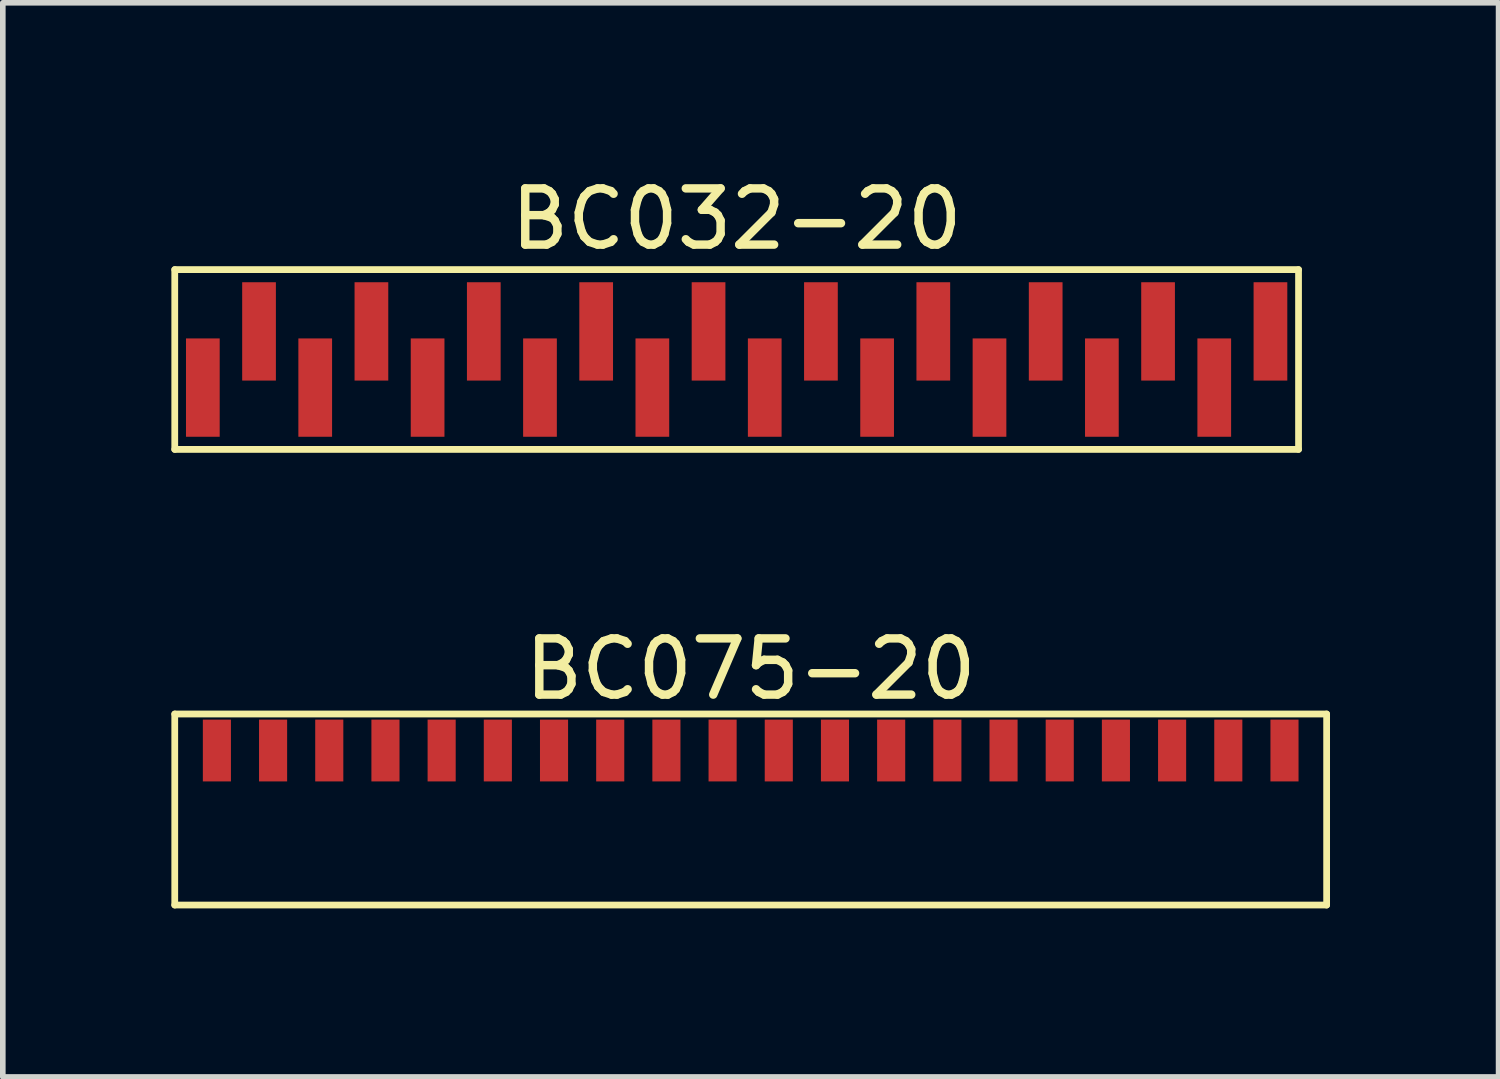
<source format=kicad_pcb>
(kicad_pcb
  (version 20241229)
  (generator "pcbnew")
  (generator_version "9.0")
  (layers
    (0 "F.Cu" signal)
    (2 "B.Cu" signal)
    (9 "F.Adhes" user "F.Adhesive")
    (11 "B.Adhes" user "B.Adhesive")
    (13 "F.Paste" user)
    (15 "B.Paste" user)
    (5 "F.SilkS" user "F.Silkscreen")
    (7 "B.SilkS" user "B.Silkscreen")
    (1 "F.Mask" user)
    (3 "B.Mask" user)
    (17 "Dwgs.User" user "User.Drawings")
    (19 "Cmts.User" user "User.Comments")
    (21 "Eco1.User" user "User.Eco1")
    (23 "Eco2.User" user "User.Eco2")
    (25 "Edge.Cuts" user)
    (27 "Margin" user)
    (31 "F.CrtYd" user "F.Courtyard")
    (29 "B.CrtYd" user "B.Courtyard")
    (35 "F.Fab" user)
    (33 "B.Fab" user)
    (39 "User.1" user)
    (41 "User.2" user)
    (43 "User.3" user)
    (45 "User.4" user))
  (footprint "BC032-20"
    (layer "F.Cu")
    (at 10.06 3.348)
    (property "Reference" "BC032-20" (at 0 -2.5 0) (layer "F.SilkS") (effects (font (size 1 1) (thickness 0.15))))
    (attr through_hole)
    (fp_line (start -10 -1.6) (end -10 1.6) (stroke (width 0.12) (type solid)) (layer "F.SilkS"))
    (fp_line (start -10 -1.6) (end 10 -1.6) (stroke (width 0.12) (type solid)) (layer "F.SilkS"))
    (fp_line (start -10 1.6) (end 10 1.6) (stroke (width 0.12) (type solid)) (layer "F.SilkS"))
    (fp_line (start 10 1.6) (end 10 -1.6) (stroke (width 0.12) (type solid)) (layer "F.SilkS"))
    (pad "1" smd rect (at 9.5 -0.5) (size 0.6 1.75) (layers "F.Cu" "F.Mask" "F.Paste"))
    (pad "2" smd rect (at 7.5 -0.5) (size 0.6 1.75) (layers "F.Cu" "F.Mask" "F.Paste"))
    (pad "3" smd rect (at 5.5 -0.5) (size 0.6 1.75) (layers "F.Cu" "F.Mask" "F.Paste"))
    (pad "4" smd rect (at 3.5 -0.5) (size 0.6 1.75) (layers "F.Cu" "F.Mask" "F.Paste"))
    (pad "5" smd rect (at 1.5 -0.5) (size 0.6 1.75) (layers "F.Cu" "F.Mask" "F.Paste"))
    (pad "6" smd rect (at -0.5 -0.5) (size 0.6 1.75) (layers "F.Cu" "F.Mask" "F.Paste"))
    (pad "7" smd rect (at -2.5 -0.5) (size 0.6 1.75) (layers "F.Cu" "F.Mask" "F.Paste"))
    (pad "8" smd rect (at -4.5 -0.5) (size 0.6 1.75) (layers "F.Cu" "F.Mask" "F.Paste"))
    (pad "9" smd rect (at -6.5 -0.5) (size 0.6 1.75) (layers "F.Cu" "F.Mask" "F.Paste"))
    (pad "10" smd rect (at -8.5 -0.5) (size 0.6 1.75) (layers "F.Cu" "F.Mask" "F.Paste"))
    (pad "11" smd rect (at 8.5 0.5) (size 0.6 1.75) (layers "F.Cu" "F.Mask" "F.Paste"))
    (pad "12" smd rect (at 6.5 0.5) (size 0.6 1.75) (layers "F.Cu" "F.Mask" "F.Paste"))
    (pad "13" smd rect (at 4.5 0.5) (size 0.6 1.75) (layers "F.Cu" "F.Mask" "F.Paste"))
    (pad "14" smd rect (at 2.5 0.5) (size 0.6 1.75) (layers "F.Cu" "F.Mask" "F.Paste"))
    (pad "15" smd rect (at 0.5 0.5) (size 0.6 1.75) (layers "F.Cu" "F.Mask" "F.Paste"))
    (pad "16" smd rect (at -1.5 0.5) (size 0.6 1.75) (layers "F.Cu" "F.Mask" "F.Paste"))
    (pad "17" smd rect (at -3.5 0.5) (size 0.6 1.75) (layers "F.Cu" "F.Mask" "F.Paste"))
    (pad "18" smd rect (at -5.5 0.5) (size 0.6 1.75) (layers "F.Cu" "F.Mask" "F.Paste"))
    (pad "19" smd rect (at -7.5 0.5) (size 0.6 1.75) (layers "F.Cu" "F.Mask" "F.Paste"))
    (pad "20" smd rect (at -9.5 0.5) (size 0.6 1.75) (layers "F.Cu" "F.Mask" "F.Paste")))
  (footprint "BC075-20"
    (layer "F.Cu")
    (at 10.31 11.357)
    (property "Reference" "BC075-20" (at 0 -2.5 0) (layer "F.SilkS") (effects (font (size 1 1) (thickness 0.15))))
    (attr through_hole)
    (fp_line (start -10.25 -1.7) (end -10.25 1.7) (stroke (width 0.12) (type solid)) (layer "F.SilkS"))
    (fp_line (start -10.25 -1.7) (end 10.25 -1.7) (stroke (width 0.12) (type solid)) (layer "F.SilkS"))
    (fp_line (start -10.25 1.7) (end 10.25 1.7) (stroke (width 0.12) (type solid)) (layer "F.SilkS"))
    (fp_line (start 10.25 1.7) (end 10.25 -1.7) (stroke (width 0.12) (type solid)) (layer "F.SilkS"))
    (pad "1" smd rect (at 9.5 -1.05) (size 0.5 1.1) (layers "F.Cu" "F.Mask" "F.Paste"))
    (pad "2" smd rect (at 8.5 -1.05) (size 0.5 1.1) (layers "F.Cu" "F.Mask" "F.Paste"))
    (pad "3" smd rect (at 7.5 -1.05) (size 0.5 1.1) (layers "F.Cu" "F.Mask" "F.Paste"))
    (pad "4" smd rect (at 6.5 -1.05) (size 0.5 1.1) (layers "F.Cu" "F.Mask" "F.Paste"))
    (pad "5" smd rect (at 5.5 -1.05) (size 0.5 1.1) (layers "F.Cu" "F.Mask" "F.Paste"))
    (pad "6" smd rect (at 4.5 -1.05) (size 0.5 1.1) (layers "F.Cu" "F.Mask" "F.Paste"))
    (pad "7" smd rect (at 3.5 -1.05) (size 0.5 1.1) (layers "F.Cu" "F.Mask" "F.Paste"))
    (pad "8" smd rect (at 2.5 -1.05) (size 0.5 1.1) (layers "F.Cu" "F.Mask" "F.Paste"))
    (pad "9" smd rect (at 1.5 -1.05) (size 0.5 1.1) (layers "F.Cu" "F.Mask" "F.Paste"))
    (pad "10" smd rect (at 0.5 -1.05) (size 0.5 1.1) (layers "F.Cu" "F.Mask" "F.Paste"))
    (pad "11" smd rect (at -0.5 -1.05) (size 0.5 1.1) (layers "F.Cu" "F.Mask" "F.Paste"))
    (pad "12" smd rect (at -1.5 -1.05) (size 0.5 1.1) (layers "F.Cu" "F.Mask" "F.Paste"))
    (pad "13" smd rect (at -2.5 -1.05) (size 0.5 1.1) (layers "F.Cu" "F.Mask" "F.Paste"))
    (pad "14" smd rect (at -3.5 -1.05) (size 0.5 1.1) (layers "F.Cu" "F.Mask" "F.Paste"))
    (pad "15" smd rect (at -4.5 -1.05) (size 0.5 1.1) (layers "F.Cu" "F.Mask" "F.Paste"))
    (pad "16" smd rect (at -5.5 -1.05) (size 0.5 1.1) (layers "F.Cu" "F.Mask" "F.Paste"))
    (pad "17" smd rect (at -6.5 -1.05) (size 0.5 1.1) (layers "F.Cu" "F.Mask" "F.Paste"))
    (pad "18" smd rect (at -7.5 -1.05) (size 0.5 1.1) (layers "F.Cu" "F.Mask" "F.Paste"))
    (pad "19" smd rect (at -8.5 -1.05) (size 0.5 1.1) (layers "F.Cu" "F.Mask" "F.Paste"))
    (pad "20" smd rect (at -9.5 -1.05) (size 0.5 1.1) (layers "F.Cu" "F.Mask" "F.Paste")))
  (gr_rect
    (start -3 -3)
    (end 23.62 16.116)
    (stroke (width 0.1) (type default))
    (fill no)
    (layer "Edge.Cuts")))
</source>
